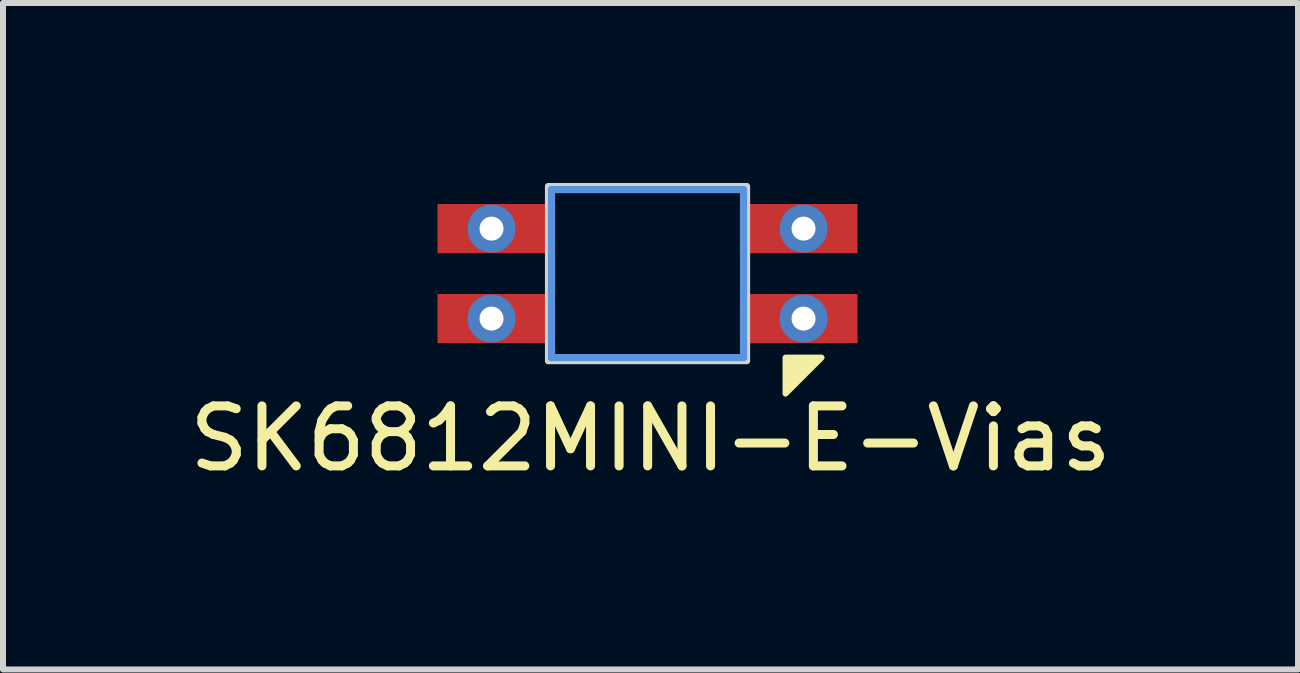
<source format=kicad_pcb>
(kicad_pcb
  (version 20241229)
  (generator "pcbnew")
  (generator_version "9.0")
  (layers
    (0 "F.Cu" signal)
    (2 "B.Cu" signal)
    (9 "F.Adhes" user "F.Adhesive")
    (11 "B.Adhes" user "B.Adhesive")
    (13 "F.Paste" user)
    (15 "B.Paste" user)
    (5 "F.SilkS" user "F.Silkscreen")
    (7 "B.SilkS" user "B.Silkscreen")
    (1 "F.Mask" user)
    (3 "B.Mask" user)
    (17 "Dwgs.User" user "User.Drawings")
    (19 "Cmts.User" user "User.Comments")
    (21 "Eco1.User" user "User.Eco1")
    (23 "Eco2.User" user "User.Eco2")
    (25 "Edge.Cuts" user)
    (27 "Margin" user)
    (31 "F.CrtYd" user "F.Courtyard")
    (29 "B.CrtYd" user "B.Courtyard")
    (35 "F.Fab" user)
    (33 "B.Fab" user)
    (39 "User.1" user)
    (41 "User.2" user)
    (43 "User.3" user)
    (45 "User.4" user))
  (footprint "SK6812MINI-E-Vias"
    (layer "F.Cu")
    (at 7.792 1.51)
    (property "Reference" "SK6812MINI-E-Vias" (at 0 2.75 0) (unlocked yes) (layer "F.SilkS") (effects (font (size 1 1) (thickness 0.15))))
    (fp_poly (pts (xy 2.25 2) (xy 2.25 1.4) (xy 2.85 1.4)) (stroke (width 0.1) (type solid)) (fill yes) (layer "F.SilkS"))
    (fp_line (start -1.65 -1.4) (end 1.55 -1.4) (stroke (width 0.12) (type solid)) (layer "Cmts.User"))
    (fp_line (start -1.65 1.4) (end -1.65 -1.4) (stroke (width 0.12) (type solid)) (layer "Cmts.User"))
    (fp_line (start 1.55 -1.4) (end 1.55 1.4) (stroke (width 0.12) (type solid)) (layer "Cmts.User"))
    (fp_line (start 1.55 1.4) (end -1.65 1.4) (stroke (width 0.12) (type solid)) (layer "Cmts.User"))
    (fp_line (start -1.7 -1.45) (end 1.6 -1.45) (stroke (width 0.12) (type solid)) (layer "Edge.Cuts"))
    (fp_line (start -1.7 1.45) (end -1.7 -1.45) (stroke (width 0.12) (type solid)) (layer "Edge.Cuts"))
    (fp_line (start 1.6 -1.45) (end 1.6 1.45) (stroke (width 0.12) (type solid)) (layer "Edge.Cuts"))
    (fp_line (start 1.6 1.45) (end -1.7 1.45) (stroke (width 0.12) (type solid)) (layer "Edge.Cuts"))
    (pad "1" thru_hole circle (at -2.65 -0.75) (size 0.8 0.8) (drill 0.4) (layers "*.Cu" "*.Mask"))
    (pad "1" smd rect (at -2.65 -0.75) (size 1.8 0.82) (layers "F.Cu" "F.Mask" "F.Paste"))
    (pad "2" thru_hole circle (at -2.65 0.75) (size 0.8 0.8) (drill 0.4) (layers "*.Cu" "*.Mask"))
    (pad "2" smd rect (at -2.65 0.75) (size 1.8 0.82) (layers "F.Cu" "F.Mask" "F.Paste"))
    (pad "3" thru_hole circle (at 2.55 0.75) (size 0.8 0.8) (drill 0.4) (layers "*.Cu" "*.Mask"))
    (pad "3" smd rect (at 2.55 0.75) (size 1.8 0.82) (layers "F.Cu" "F.Mask" "F.Paste"))
    (pad "4" thru_hole circle (at 2.55 -0.75) (size 0.8 0.8) (drill 0.4) (layers "*.Cu" "*.Mask"))
    (pad "4" smd rect (at 2.55 -0.75) (size 1.8 0.82) (layers "F.Cu" "F.Mask" "F.Paste")))
  (gr_rect
    (start -3 -3)
    (end 18.583 8.108)
    (stroke (width 0.1) (type default))
    (fill no)
    (layer "Edge.Cuts")))
</source>
